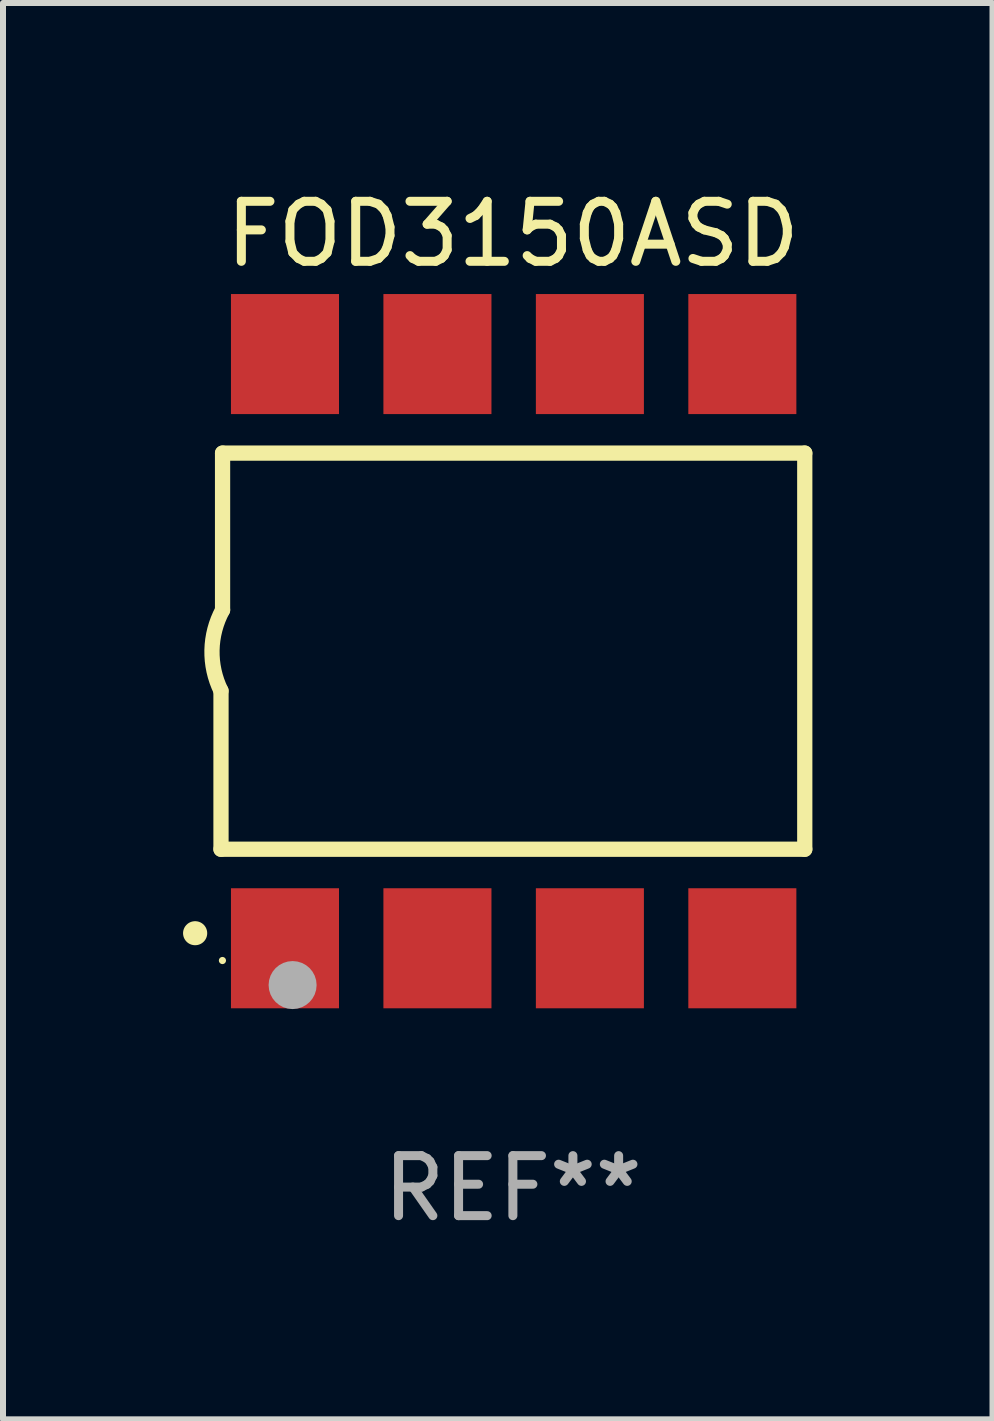
<source format=kicad_pcb>
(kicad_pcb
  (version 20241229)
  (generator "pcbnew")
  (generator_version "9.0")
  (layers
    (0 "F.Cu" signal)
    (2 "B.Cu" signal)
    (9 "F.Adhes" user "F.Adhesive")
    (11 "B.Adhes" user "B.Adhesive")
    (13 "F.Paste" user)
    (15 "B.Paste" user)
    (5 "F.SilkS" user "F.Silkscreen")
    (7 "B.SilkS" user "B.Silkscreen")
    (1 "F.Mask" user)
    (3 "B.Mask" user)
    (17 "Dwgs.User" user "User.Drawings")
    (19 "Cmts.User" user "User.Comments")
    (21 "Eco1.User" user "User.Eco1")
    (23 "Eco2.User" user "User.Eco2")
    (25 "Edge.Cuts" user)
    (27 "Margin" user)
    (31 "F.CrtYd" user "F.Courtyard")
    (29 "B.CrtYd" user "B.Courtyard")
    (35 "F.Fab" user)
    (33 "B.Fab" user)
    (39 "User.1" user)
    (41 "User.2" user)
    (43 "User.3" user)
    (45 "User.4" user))
  (footprint "FOD3150ASD"
    (layer "F.Cu")
    (at 5.495 7.799)
    (property "Reference" "FOD3150ASD" (at 0 -6.95 0) (layer "F.SilkS") (effects (font (size 1 1) (thickness 0.15))))
    (attr through_hole)
    (fp_line (start -4.863 3.3) (end -4.863 0.66) (stroke (width 0.254) (type solid)) (layer "F.SilkS"))
    (fp_line (start -4.837 -3.3) (end -4.837 -0.686) (stroke (width 0.254) (type solid)) (layer "F.SilkS"))
    (fp_line (start -4.837 -3.3) (end 4.863 -3.3) (stroke (width 0.254) (type solid)) (layer "F.SilkS"))
    (fp_line (start 4.863 -3.3) (end 4.863 3.3) (stroke (width 0.254) (type solid)) (layer "F.SilkS"))
    (fp_line (start 4.863 3.3) (end -4.863 3.3) (stroke (width 0.254) (type solid)) (layer "F.SilkS"))
    (fp_arc (start -5.295212 4.699009) (mid -5.293942 4.699005) (end -5.292672 4.699009) (stroke (width 0.4) (type solid)) (layer "F.SilkS"))
    (fp_arc (start -4.863411 0.660401) (mid -5.013163 -0.015948) (end -4.836614 -0.685801) (stroke (width 0.254001) (type solid)) (layer "F.SilkS"))
    (fp_circle (center -4.839 5.154) (end -4.809 5.154) (stroke (width 0.06) (type solid)) (fill no) (layer "F.SilkS"))
    (fp_circle (center -3.67 5.563) (end -3.47 5.563) (stroke (width 0.4) (type solid)) (fill no) (layer "F.Fab"))
    (fp_text user "REF**" (at 0 8.95 0) (layer "F.Fab") (effects (font (size 1 1) (thickness 0.15))))
    (pad "1" smd rect (at -3.797 4.95) (size 1.8 2) (layers "F.Cu" "F.Mask" "F.Paste"))
    (pad "2" smd rect (at -1.257 4.95) (size 1.8 2) (layers "F.Cu" "F.Mask" "F.Paste"))
    (pad "3" smd rect (at 1.283 4.95) (size 1.8 2) (layers "F.Cu" "F.Mask" "F.Paste"))
    (pad "4" smd rect (at 3.823 4.95) (size 1.8 2) (layers "F.Cu" "F.Mask" "F.Paste"))
    (pad "5" smd rect (at 3.823 -4.95 180) (size 1.8 2) (layers "F.Cu" "F.Mask" "F.Paste"))
    (pad "6" smd rect (at 1.283 -4.95 180) (size 1.8 2) (layers "F.Cu" "F.Mask" "F.Paste"))
    (pad "7" smd rect (at -1.257 -4.95 180) (size 1.8 2) (layers "F.Cu" "F.Mask" "F.Paste"))
    (pad "8" smd rect (at -3.797 -4.95 180) (size 1.8 2) (layers "F.Cu" "F.Mask" "F.Paste")))
  (gr_rect
    (start -3 -3)
    (end 13.486 20.597)
    (stroke (width 0.1) (type default))
    (fill no)
    (layer "Edge.Cuts")))
</source>
